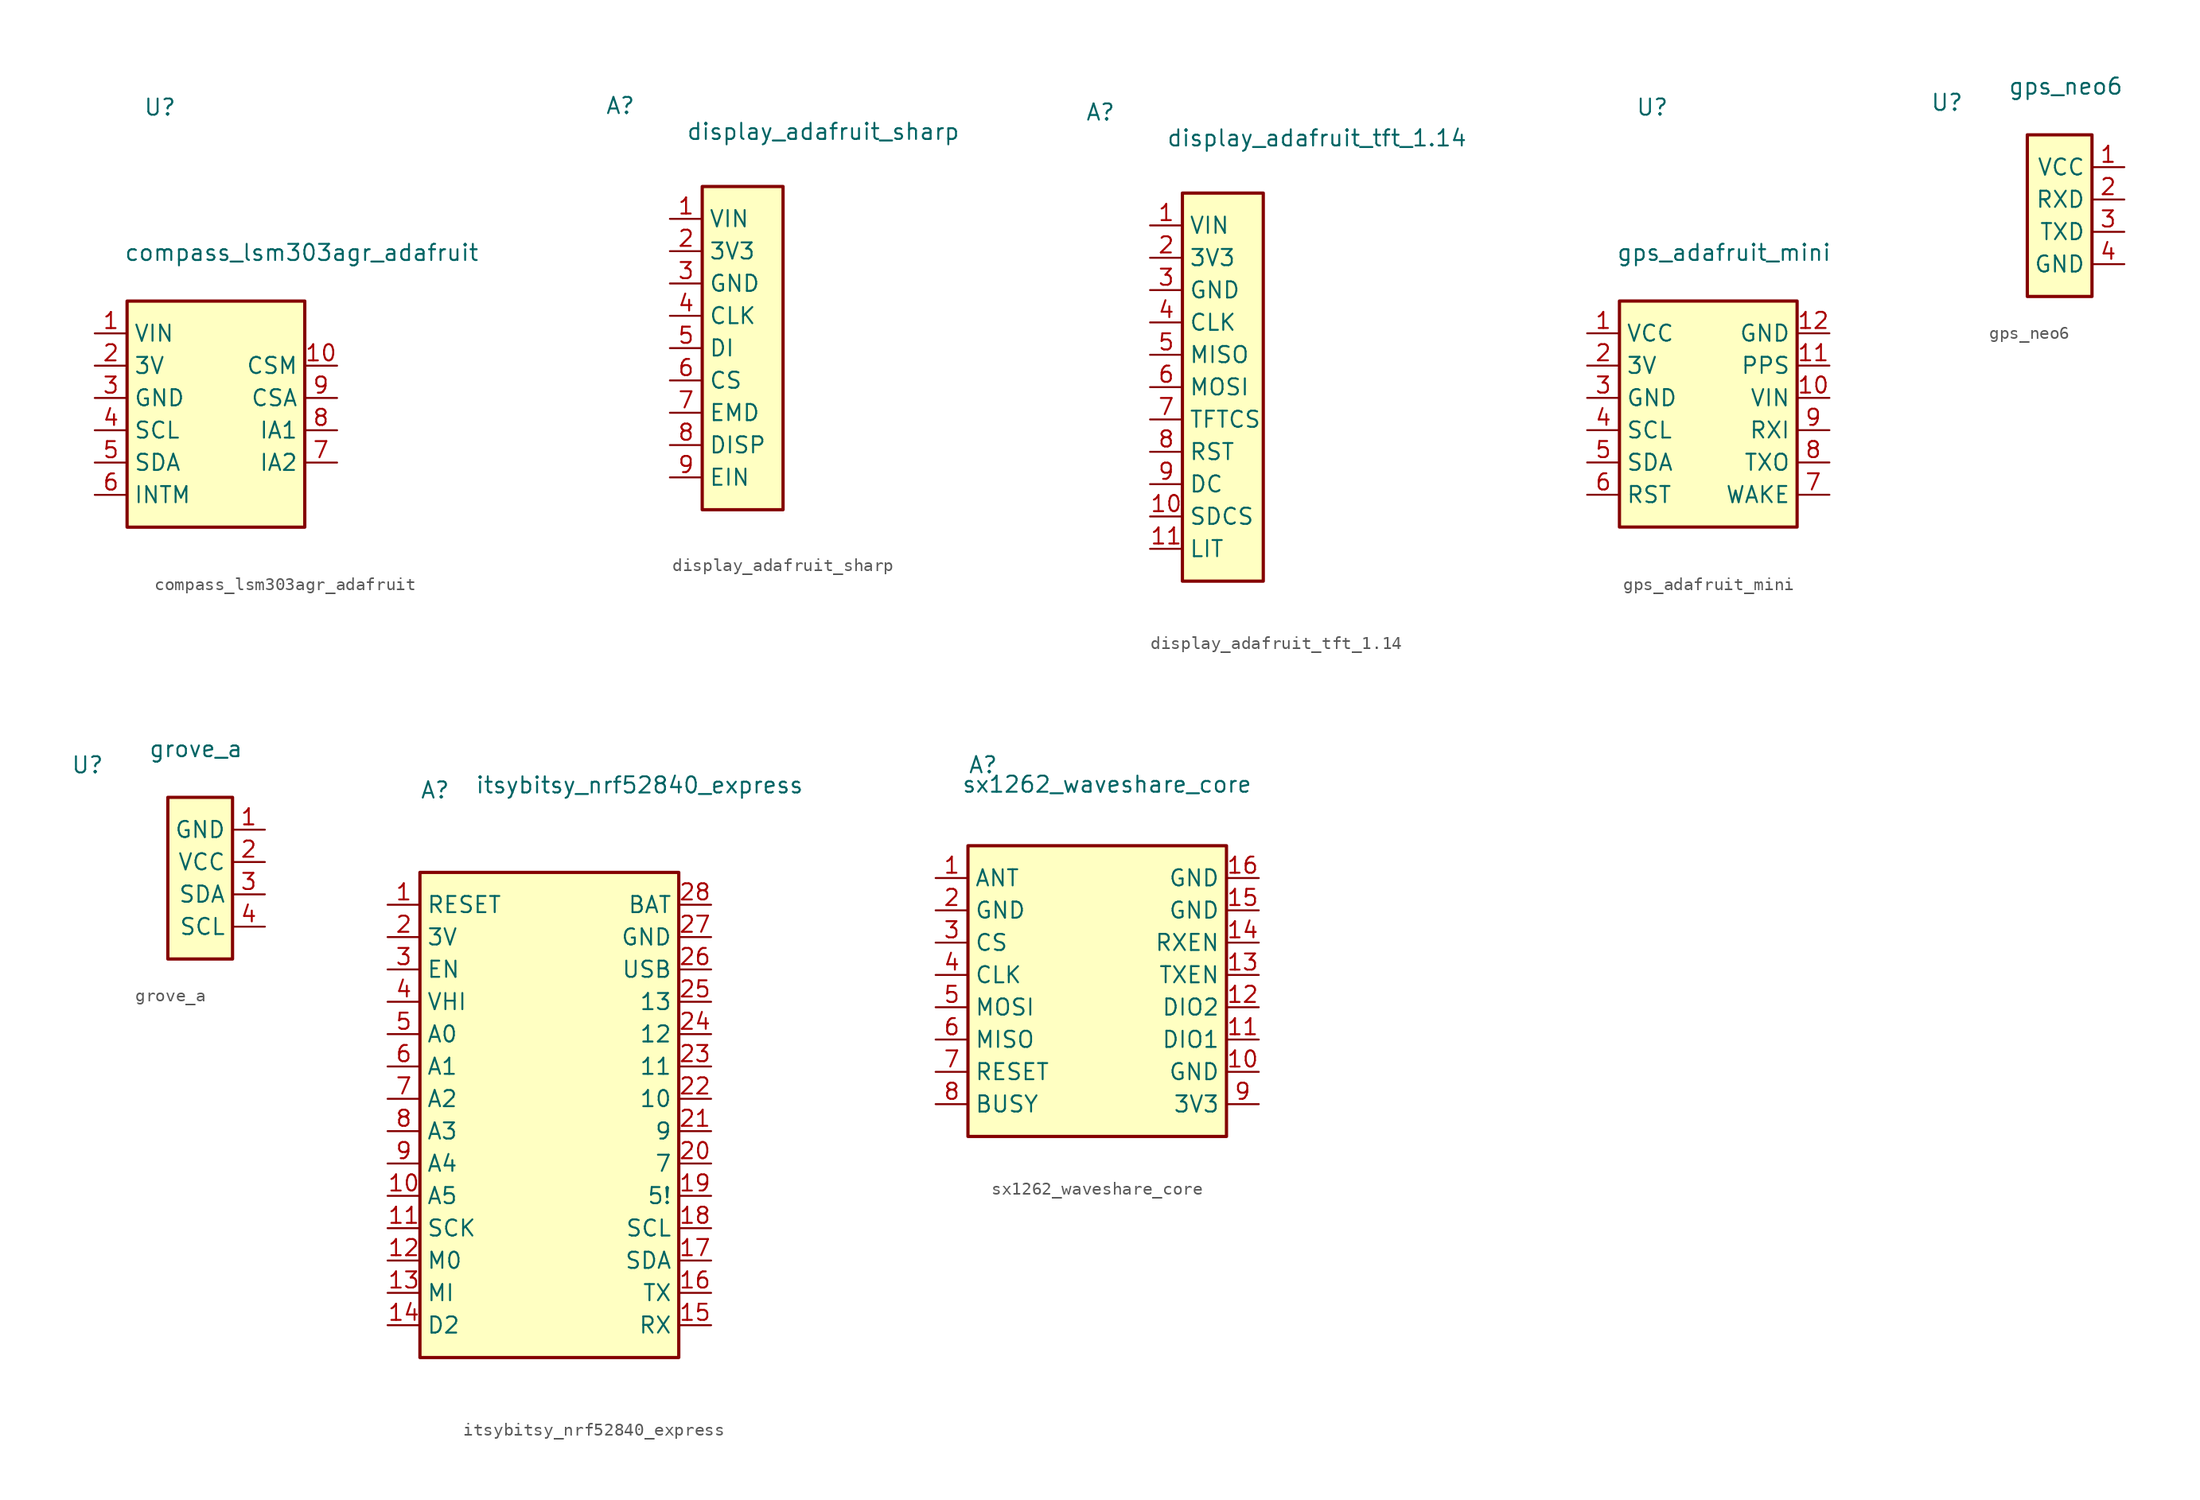
<source format=kicad_sym>
(kicad_symbol_lib
  (version 20231120)
  (generator "kicad_symbol_editor")
  (generator_version "8.0")
  (symbol "compass_lsm303agr_adafruit"
    (property "Reference" "U"
      (at -10.16 10.16 0)
      (effects (font (size 1.27 1.27)) (justify left)))
    (property "Value" "compass_lsm303agr_adafruit"
      (at -11.684 -1.27 0)
      (effects (font (size 1.27 1.27)) (justify left)))
    (symbol "compass_lsm303agr_adafruit_0_1"
      (rectangle (start -11.43 -5.08) (end 2.54 -22.86) (stroke (width 0.254) (type default)) (fill (type background))))
    (symbol "compass_lsm303agr_adafruit_1_1"
      (pin bidirectional line (at -13.97 -7.62 0) (length 2.54) (name "VIN" (effects (font (size 1.27 1.27)))) (number "1" (effects (font (size 1.27 1.27)))))
      (pin input line (at 5.08 -10.16 180) (length 2.54) (name "CSM" (effects (font (size 1.27 1.27)))) (number "10" (effects (font (size 1.27 1.27)))))
      (pin output line (at -13.97 -10.16 0) (length 2.54) (name "3V" (effects (font (size 1.27 1.27)))) (number "2" (effects (font (size 1.27 1.27)))))
      (pin input line (at -13.97 -12.7 0) (length 2.54) (name "GND" (effects (font (size 1.27 1.27)))) (number "3" (effects (font (size 1.27 1.27)))))
      (pin bidirectional line (at -13.97 -15.24 0) (length 2.54) (name "SCL" (effects (font (size 1.27 1.27)))) (number "4" (effects (font (size 1.27 1.27)))))
      (pin input line (at -13.97 -17.78 0) (length 2.54) (name "SDA" (effects (font (size 1.27 1.27)))) (number "5" (effects (font (size 1.27 1.27)))))
      (pin bidirectional line (at -13.97 -20.32 0) (length 2.54) (name "INTM" (effects (font (size 1.27 1.27)))) (number "6" (effects (font (size 1.27 1.27)))))
      (pin bidirectional line (at 5.08 -17.78 180) (length 2.54) (name "IA2" (effects (font (size 1.27 1.27)))) (number "7" (effects (font (size 1.27 1.27)))))
      (pin input line (at 5.08 -15.24 180) (length 2.54) (name "IA1" (effects (font (size 1.27 1.27)))) (number "8" (effects (font (size 1.27 1.27)))))
      (pin bidirectional line (at 5.08 -12.7 180) (length 2.54) (name "CSA" (effects (font (size 1.27 1.27)))) (number "9" (effects (font (size 1.27 1.27)))))))
  (symbol "display_adafruit_sharp"
    (property "Reference" "A"
      (at -10.16 29.21 0)
      (effects (font (size 1.27 1.27)) (justify left)))
    (property "Value" "display_adafruit_sharp"
      (at -3.81 27.178 0)
      (effects (font (size 1.27 1.27)) (justify left)))
    (symbol "display_adafruit_sharp_0_1"
      (rectangle (start -2.54 22.86) (end 3.81 -2.54) (stroke (width 0.254) (type default)) (fill (type background))))
    (symbol "display_adafruit_sharp_1_1"
      (pin bidirectional line (at -5.08 20.32 0) (length 2.54) (name "VIN" (effects (font (size 1.27 1.27)))) (number "1" (effects (font (size 1.27 1.27)))))
      (pin bidirectional line (at -5.08 17.78 0) (length 2.54) (name "3V3" (effects (font (size 1.27 1.27)))) (number "2" (effects (font (size 1.27 1.27)))))
      (pin bidirectional line (at -5.08 15.24 0) (length 2.54) (name "GND" (effects (font (size 1.27 1.27)))) (number "3" (effects (font (size 1.27 1.27)))))
      (pin bidirectional line (at -5.08 12.7 0) (length 2.54) (name "CLK" (effects (font (size 1.27 1.27)))) (number "4" (effects (font (size 1.27 1.27)))))
      (pin bidirectional line (at -5.08 10.16 0) (length 2.54) (name "DI" (effects (font (size 1.27 1.27)))) (number "5" (effects (font (size 1.27 1.27)))))
      (pin bidirectional line (at -5.08 7.62 0) (length 2.54) (name "CS" (effects (font (size 1.27 1.27)))) (number "6" (effects (font (size 1.27 1.27)))))
      (pin bidirectional line (at -5.08 5.08 0) (length 2.54) (name "EMD" (effects (font (size 1.27 1.27)))) (number "7" (effects (font (size 1.27 1.27)))))
      (pin bidirectional line (at -5.08 2.54 0) (length 2.54) (name "DISP" (effects (font (size 1.27 1.27)))) (number "8" (effects (font (size 1.27 1.27)))))
      (pin bidirectional line (at -5.08 0 0) (length 2.54) (name "EIN" (effects (font (size 1.27 1.27)))) (number "9" (effects (font (size 1.27 1.27)))))))
  (symbol "display_adafruit_tft_1.14"
    (property "Reference" "A"
      (at -10.16 29.21 0)
      (effects (font (size 1.27 1.27)) (justify left)))
    (property "Value" "display_adafruit_tft_1.14"
      (at -3.81 27.178 0)
      (effects (font (size 1.27 1.27)) (justify left)))
    (symbol "display_adafruit_tft_1.14_0_1"
      (rectangle (start -2.54 22.86) (end 3.81 -7.62) (stroke (width 0.254) (type default)) (fill (type background))))
    (symbol "display_adafruit_tft_1.14_1_1"
      (pin bidirectional line (at -5.08 20.32 0) (length 2.54) (name "VIN" (effects (font (size 1.27 1.27)))) (number "1" (effects (font (size 1.27 1.27)))))
      (pin bidirectional line (at -5.08 -2.54 0) (length 2.54) (name "SDCS" (effects (font (size 1.27 1.27)))) (number "10" (effects (font (size 1.27 1.27)))))
      (pin bidirectional line (at -5.08 -5.08 0) (length 2.54) (name "LIT" (effects (font (size 1.27 1.27)))) (number "11" (effects (font (size 1.27 1.27)))))
      (pin bidirectional line (at -5.08 17.78 0) (length 2.54) (name "3V3" (effects (font (size 1.27 1.27)))) (number "2" (effects (font (size 1.27 1.27)))))
      (pin bidirectional line (at -5.08 15.24 0) (length 2.54) (name "GND" (effects (font (size 1.27 1.27)))) (number "3" (effects (font (size 1.27 1.27)))))
      (pin bidirectional line (at -5.08 12.7 0) (length 2.54) (name "CLK" (effects (font (size 1.27 1.27)))) (number "4" (effects (font (size 1.27 1.27)))))
      (pin bidirectional line (at -5.08 10.16 0) (length 2.54) (name "MISO" (effects (font (size 1.27 1.27)))) (number "5" (effects (font (size 1.27 1.27)))))
      (pin bidirectional line (at -5.08 7.62 0) (length 2.54) (name "MOSI" (effects (font (size 1.27 1.27)))) (number "6" (effects (font (size 1.27 1.27)))))
      (pin bidirectional line (at -5.08 5.08 0) (length 2.54) (name "TFTCS" (effects (font (size 1.27 1.27)))) (number "7" (effects (font (size 1.27 1.27)))))
      (pin bidirectional line (at -5.08 2.54 0) (length 2.54) (name "RST" (effects (font (size 1.27 1.27)))) (number "8" (effects (font (size 1.27 1.27)))))
      (pin bidirectional line (at -5.08 0 0) (length 2.54) (name "DC" (effects (font (size 1.27 1.27)))) (number "9" (effects (font (size 1.27 1.27)))))))
  (symbol "gps_adafruit_mini"
    (property "Reference" "U"
      (at -10.16 10.16 0)
      (effects (font (size 1.27 1.27)) (justify left)))
    (property "Value" "gps_adafruit_mini"
      (at -11.684 -1.27 0)
      (effects (font (size 1.27 1.27)) (justify left)))
    (symbol "gps_adafruit_mini_0_1"
      (rectangle (start -11.43 -5.08) (end 2.54 -22.86) (stroke (width 0.254) (type default)) (fill (type background))))
    (symbol "gps_adafruit_mini_1_1"
      (pin bidirectional line (at -13.97 -7.62 0) (length 2.54) (name "VCC" (effects (font (size 1.27 1.27)))) (number "1" (effects (font (size 1.27 1.27)))))
      (pin input line (at 5.08 -12.7 180) (length 2.54) (name "VIN" (effects (font (size 1.27 1.27)))) (number "10" (effects (font (size 1.27 1.27)))))
      (pin output line (at 5.08 -10.16 180) (length 2.54) (name "PPS" (effects (font (size 1.27 1.27)))) (number "11" (effects (font (size 1.27 1.27)))))
      (pin bidirectional line (at 5.08 -7.62 180) (length 2.54) (name "GND" (effects (font (size 1.27 1.27)))) (number "12" (effects (font (size 1.27 1.27)))))
      (pin output line (at -13.97 -10.16 0) (length 2.54) (name "3V" (effects (font (size 1.27 1.27)))) (number "2" (effects (font (size 1.27 1.27)))))
      (pin input line (at -13.97 -12.7 0) (length 2.54) (name "GND" (effects (font (size 1.27 1.27)))) (number "3" (effects (font (size 1.27 1.27)))))
      (pin bidirectional line (at -13.97 -15.24 0) (length 2.54) (name "SCL" (effects (font (size 1.27 1.27)))) (number "4" (effects (font (size 1.27 1.27)))))
      (pin input line (at -13.97 -17.78 0) (length 2.54) (name "SDA" (effects (font (size 1.27 1.27)))) (number "5" (effects (font (size 1.27 1.27)))))
      (pin bidirectional line (at -13.97 -20.32 0) (length 2.54) (name "RST" (effects (font (size 1.27 1.27)))) (number "6" (effects (font (size 1.27 1.27)))))
      (pin bidirectional line (at 5.08 -20.32 180) (length 2.54) (name "WAKE" (effects (font (size 1.27 1.27)))) (number "7" (effects (font (size 1.27 1.27)))))
      (pin input line (at 5.08 -17.78 180) (length 2.54) (name "TXO" (effects (font (size 1.27 1.27)))) (number "8" (effects (font (size 1.27 1.27)))))
      (pin bidirectional line (at 5.08 -15.24 180) (length 2.54) (name "RXI" (effects (font (size 1.27 1.27)))) (number "9" (effects (font (size 1.27 1.27)))))))
  (symbol "gps_neo6"
    (property "Reference" "U"
      (at -10.16 10.16 0)
      (effects (font (size 1.27 1.27)) (justify left)))
    (property "Value" "gps_neo6"
      (at -4.064 11.43 0)
      (effects (font (size 1.27 1.27)) (justify left)))
    (symbol "gps_neo6_0_1"
      (rectangle (start -2.54 7.62) (end 2.54 -5.08) (stroke (width 0.254) (type default)) (fill (type background))))
    (symbol "gps_neo6_1_1"
      (pin bidirectional line (at 5.08 5.08 180) (length 2.54) (name "VCC" (effects (font (size 1.27 1.27)))) (number "1" (effects (font (size 1.27 1.27)))))
      (pin output line (at 5.08 2.54 180) (length 2.54) (name "RXD" (effects (font (size 1.27 1.27)))) (number "2" (effects (font (size 1.27 1.27)))))
      (pin input line (at 5.08 0 180) (length 2.54) (name "TXD" (effects (font (size 1.27 1.27)))) (number "3" (effects (font (size 1.27 1.27)))))
      (pin bidirectional line (at 5.08 -2.54 180) (length 2.54) (name "GND" (effects (font (size 1.27 1.27)))) (number "4" (effects (font (size 1.27 1.27)))))))
  (symbol "grove_a"
    (property "Reference" "U"
      (at -10.16 10.16 0)
      (effects (font (size 1.27 1.27)) (justify left)))
    (property "Value" "grove_a"
      (at -4.064 11.43 0)
      (effects (font (size 1.27 1.27)) (justify left)))
    (symbol "grove_a_0_1"
      (rectangle (start -2.54 7.62) (end 2.54 -5.08) (stroke (width 0.254) (type default)) (fill (type background))))
    (symbol "grove_a_1_1"
      (pin bidirectional line (at 5.08 5.08 180) (length 2.54) (name "GND" (effects (font (size 1.27 1.27)))) (number "1" (effects (font (size 1.27 1.27)))))
      (pin output line (at 5.08 2.54 180) (length 2.54) (name "VCC" (effects (font (size 1.27 1.27)))) (number "2" (effects (font (size 1.27 1.27)))))
      (pin input line (at 5.08 0 180) (length 2.54) (name "SDA" (effects (font (size 1.27 1.27)))) (number "3" (effects (font (size 1.27 1.27)))))
      (pin bidirectional line (at 5.08 -2.54 180) (length 2.54) (name "SCL" (effects (font (size 1.27 1.27)))) (number "4" (effects (font (size 1.27 1.27)))))))
  (symbol "itsybitsy_nrf52840_express"
    (property "Reference" "A"
      (at -10.16 28.575 0)
      (effects (font (size 1.27 1.27)) (justify left bottom)))
    (property "Value" "itsybitsy_nrf52840_express"
      (at -5.842 29.718 0)
      (effects (font (size 1.27 1.27)) (justify left)))
    (symbol "itsybitsy_nrf52840_express_0_1"
      (rectangle (start -10.16 22.86) (end 10.16 -15.24) (stroke (width 0.254) (type default)) (fill (type background))))
    (symbol "itsybitsy_nrf52840_express_1_1"
      (pin bidirectional line (at -12.7 20.32 0) (length 2.54) (name "RESET" (effects (font (size 1.27 1.27)))) (number "1" (effects (font (size 1.27 1.27)))))
      (pin bidirectional line (at -12.7 -2.54 0) (length 2.54) (name "A5" (effects (font (size 1.27 1.27)))) (number "10" (effects (font (size 1.27 1.27)))))
      (pin bidirectional line (at -12.7 -5.08 0) (length 2.54) (name "SCK" (effects (font (size 1.27 1.27)))) (number "11" (effects (font (size 1.27 1.27)))))
      (pin bidirectional line (at -12.7 -7.62 0) (length 2.54) (name "M0" (effects (font (size 1.27 1.27)))) (number "12" (effects (font (size 1.27 1.27)))))
      (pin bidirectional line (at -12.7 -10.16 0) (length 2.54) (name "MI" (effects (font (size 1.27 1.27)))) (number "13" (effects (font (size 1.27 1.27)))))
      (pin bidirectional line (at -12.7 -12.7 0) (length 2.54) (name "D2" (effects (font (size 1.27 1.27)))) (number "14" (effects (font (size 1.27 1.27)))))
      (pin bidirectional line (at 12.7 -12.7 180) (length 2.54) (name "RX" (effects (font (size 1.27 1.27)))) (number "15" (effects (font (size 1.27 1.27)))))
      (pin bidirectional line (at 12.7 -10.16 180) (length 2.54) (name "TX" (effects (font (size 1.27 1.27)))) (number "16" (effects (font (size 1.27 1.27)))))
      (pin bidirectional line (at 12.7 -7.62 180) (length 2.54) (name "SDA" (effects (font (size 1.27 1.27)))) (number "17" (effects (font (size 1.27 1.27)))))
      (pin bidirectional line (at 12.7 -5.08 180) (length 2.54) (name "SCL" (effects (font (size 1.27 1.27)))) (number "18" (effects (font (size 1.27 1.27)))))
      (pin bidirectional line (at 12.7 -2.54 180) (length 2.54) (name "5!" (effects (font (size 1.27 1.27)))) (number "19" (effects (font (size 1.27 1.27)))))
      (pin bidirectional line (at -12.7 17.78 0) (length 2.54) (name "3V" (effects (font (size 1.27 1.27)))) (number "2" (effects (font (size 1.27 1.27)))))
      (pin bidirectional line (at 12.7 0 180) (length 2.54) (name "7" (effects (font (size 1.27 1.27)))) (number "20" (effects (font (size 1.27 1.27)))))
      (pin bidirectional line (at 12.7 2.54 180) (length 2.54) (name "9" (effects (font (size 1.27 1.27)))) (number "21" (effects (font (size 1.27 1.27)))))
      (pin bidirectional line (at 12.7 5.08 180) (length 2.54) (name "10" (effects (font (size 1.27 1.27)))) (number "22" (effects (font (size 1.27 1.27)))))
      (pin bidirectional line (at 12.7 7.62 180) (length 2.54) (name "11" (effects (font (size 1.27 1.27)))) (number "23" (effects (font (size 1.27 1.27)))))
      (pin bidirectional line (at 12.7 10.16 180) (length 2.54) (name "12" (effects (font (size 1.27 1.27)))) (number "24" (effects (font (size 1.27 1.27)))))
      (pin input line (at 12.7 12.7 180) (length 2.54) (name "13" (effects (font (size 1.27 1.27)))) (number "25" (effects (font (size 1.27 1.27)))))
      (pin input line (at 12.7 15.24 180) (length 2.54) (name "USB" (effects (font (size 1.27 1.27)))) (number "26" (effects (font (size 1.27 1.27)))))
      (pin input line (at 12.7 17.78 180) (length 2.54) (name "GND" (effects (font (size 1.27 1.27)))) (number "27" (effects (font (size 1.27 1.27)))))
      (pin input line (at 12.7 20.32 180) (length 2.54) (name "BAT" (effects (font (size 1.27 1.27)))) (number "28" (effects (font (size 1.27 1.27)))))
      (pin bidirectional line (at -12.7 15.24 0) (length 2.54) (name "EN" (effects (font (size 1.27 1.27)))) (number "3" (effects (font (size 1.27 1.27)))))
      (pin bidirectional line (at -12.7 12.7 0) (length 2.54) (name "VHI" (effects (font (size 1.27 1.27)))) (number "4" (effects (font (size 1.27 1.27)))))
      (pin bidirectional line (at -12.7 10.16 0) (length 2.54) (name "A0" (effects (font (size 1.27 1.27)))) (number "5" (effects (font (size 1.27 1.27)))))
      (pin bidirectional line (at -12.7 7.62 0) (length 2.54) (name "A1" (effects (font (size 1.27 1.27)))) (number "6" (effects (font (size 1.27 1.27)))))
      (pin bidirectional line (at -12.7 5.08 0) (length 2.54) (name "A2" (effects (font (size 1.27 1.27)))) (number "7" (effects (font (size 1.27 1.27)))))
      (pin bidirectional line (at -12.7 2.54 0) (length 2.54) (name "A3" (effects (font (size 1.27 1.27)))) (number "8" (effects (font (size 1.27 1.27)))))
      (pin bidirectional line (at -12.7 0 0) (length 2.54) (name "A4" (effects (font (size 1.27 1.27)))) (number "9" (effects (font (size 1.27 1.27)))))))
  (symbol "sx1262_waveshare_core"
    (property "Reference" "A"
      (at -10.16 29.21 0)
      (effects (font (size 1.27 1.27)) (justify left)))
    (property "Value" "sx1262_waveshare_core"
      (at -10.668 27.686 0)
      (effects (font (size 1.27 1.27)) (justify left)))
    (symbol "sx1262_waveshare_core_0_1"
      (rectangle (start -10.16 22.86) (end 10.16 0) (stroke (width 0.254) (type default)) (fill (type background))))
    (symbol "sx1262_waveshare_core_1_1"
      (pin bidirectional line (at -12.7 20.32 0) (length 2.54) (name "ANT" (effects (font (size 1.27 1.27)))) (number "1" (effects (font (size 1.27 1.27)))))
      (pin bidirectional line (at 12.7 5.08 180) (length 2.54) (name "GND" (effects (font (size 1.27 1.27)))) (number "10" (effects (font (size 1.27 1.27)))))
      (pin bidirectional line (at 12.7 7.62 180) (length 2.54) (name "DIO1" (effects (font (size 1.27 1.27)))) (number "11" (effects (font (size 1.27 1.27)))))
      (pin bidirectional line (at 12.7 10.16 180) (length 2.54) (name "DIO2" (effects (font (size 1.27 1.27)))) (number "12" (effects (font (size 1.27 1.27)))))
      (pin bidirectional line (at 12.7 12.7 180) (length 2.54) (name "TXEN" (effects (font (size 1.27 1.27)))) (number "13" (effects (font (size 1.27 1.27)))))
      (pin bidirectional line (at 12.7 15.24 180) (length 2.54) (name "RXEN" (effects (font (size 1.27 1.27)))) (number "14" (effects (font (size 1.27 1.27)))))
      (pin bidirectional line (at 12.7 17.78 180) (length 2.54) (name "GND" (effects (font (size 1.27 1.27)))) (number "15" (effects (font (size 1.27 1.27)))))
      (pin bidirectional line (at 12.7 20.32 180) (length 2.54) (name "GND" (effects (font (size 1.27 1.27)))) (number "16" (effects (font (size 1.27 1.27)))))
      (pin bidirectional line (at -12.7 17.78 0) (length 2.54) (name "GND" (effects (font (size 1.27 1.27)))) (number "2" (effects (font (size 1.27 1.27)))))
      (pin bidirectional line (at -12.7 15.24 0) (length 2.54) (name "CS" (effects (font (size 1.27 1.27)))) (number "3" (effects (font (size 1.27 1.27)))))
      (pin bidirectional line (at -12.7 12.7 0) (length 2.54) (name "CLK" (effects (font (size 1.27 1.27)))) (number "4" (effects (font (size 1.27 1.27)))))
      (pin bidirectional line (at -12.7 10.16 0) (length 2.54) (name "MOSI" (effects (font (size 1.27 1.27)))) (number "5" (effects (font (size 1.27 1.27)))))
      (pin bidirectional line (at -12.7 7.62 0) (length 2.54) (name "MISO" (effects (font (size 1.27 1.27)))) (number "6" (effects (font (size 1.27 1.27)))))
      (pin bidirectional line (at -12.7 5.08 0) (length 2.54) (name "RESET" (effects (font (size 1.27 1.27)))) (number "7" (effects (font (size 1.27 1.27)))))
      (pin bidirectional line (at -12.7 2.54 0) (length 2.54) (name "BUSY" (effects (font (size 1.27 1.27)))) (number "8" (effects (font (size 1.27 1.27)))))
      (pin bidirectional line (at 12.7 2.54 180) (length 2.54) (name "3V3" (effects (font (size 1.27 1.27)))) (number "9" (effects (font (size 1.27 1.27))))))))
</source>
